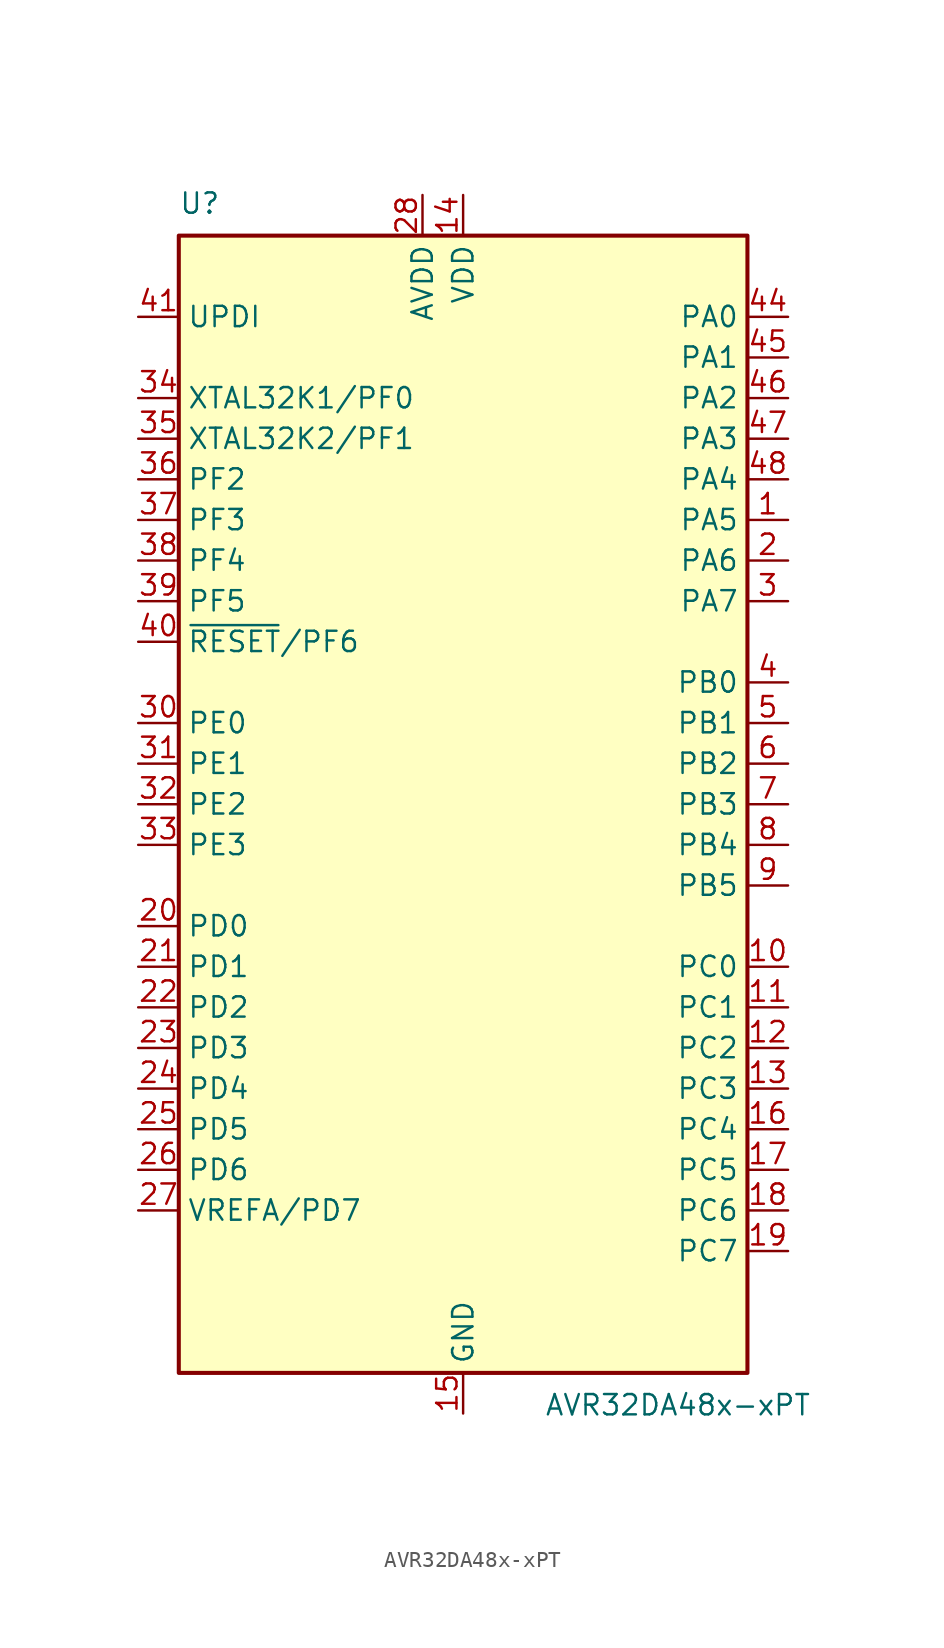
<source format=kicad_sym>
(kicad_symbol_lib
  (version 20211014)
  (generator kicad_symbol_editor)
  (symbol "AVR32DA48x-xPT"
    (property "Reference" "U"
      (at -17.78 36.83 0)
      (effects (font (size 1.27 1.27)) (justify left bottom)))
    (property "Value" "AVR32DA48x-xPT"
      (at 5.08 -36.83 0)
      (effects (font (size 1.27 1.27)) (justify left top)))
    (symbol "AVR32DA48x-xPT_0_1"
      (rectangle (start -17.78 35.56) (end 17.78 -35.56) (stroke (width 0.254) (type default) (color 0 0 0 0)) (fill (type background))))
    (symbol "AVR32DA48x-xPT_1_1"
      (pin bidirectional line (at 20.32 30.48 180) (length 2.54) (name "PA0" (effects (font (size 1.27 1.27)))) (number "44" (effects (font (size 1.27 1.27)))))
      (pin bidirectional line (at 20.32 27.94 180) (length 2.54) (name "PA1" (effects (font (size 1.27 1.27)))) (number "45" (effects (font (size 1.27 1.27)))))
      (pin bidirectional line (at 20.32 25.4 180) (length 2.54) (name "PA2" (effects (font (size 1.27 1.27)))) (number "46" (effects (font (size 1.27 1.27)))))
      (pin bidirectional line (at 20.32 22.86 180) (length 2.54) (name "PA3" (effects (font (size 1.27 1.27)))) (number "47" (effects (font (size 1.27 1.27)))))
      (pin bidirectional line (at 20.32 20.32 180) (length 2.54) (name "PA4" (effects (font (size 1.27 1.27)))) (number "48" (effects (font (size 1.27 1.27)))))
      (pin bidirectional line (at 20.32 17.78 180) (length 2.54) (name "PA5" (effects (font (size 1.27 1.27)))) (number "1" (effects (font (size 1.27 1.27)))))
      (pin bidirectional line (at 20.32 15.24 180) (length 2.54) (name "PA6" (effects (font (size 1.27 1.27)))) (number "2" (effects (font (size 1.27 1.27)))))
      (pin bidirectional line (at 20.32 12.7 180) (length 2.54) (name "PA7" (effects (font (size 1.27 1.27)))) (number "3" (effects (font (size 1.27 1.27)))))
      (pin bidirectional line (at 20.32 7.62 180) (length 2.54) (name "PB0" (effects (font (size 1.27 1.27)))) (number "4" (effects (font (size 1.27 1.27)))))
      (pin bidirectional line (at 20.32 5.08 180) (length 2.54) (name "PB1" (effects (font (size 1.27 1.27)))) (number "5" (effects (font (size 1.27 1.27)))))
      (pin bidirectional line (at 20.32 2.54 180) (length 2.54) (name "PB2" (effects (font (size 1.27 1.27)))) (number "6" (effects (font (size 1.27 1.27)))))
      (pin bidirectional line (at 20.32 0 180) (length 2.54) (name "PB3" (effects (font (size 1.27 1.27)))) (number "7" (effects (font (size 1.27 1.27)))))
      (pin bidirectional line (at 20.32 -2.54 180) (length 2.54) (name "PB4" (effects (font (size 1.27 1.27)))) (number "8" (effects (font (size 1.27 1.27)))))
      (pin bidirectional line (at 20.32 -5.08 180) (length 2.54) (name "PB5" (effects (font (size 1.27 1.27)))) (number "9" (effects (font (size 1.27 1.27)))))
      (pin bidirectional line (at 20.32 -10.16 180) (length 2.54) (name "PC0" (effects (font (size 1.27 1.27)))) (number "10" (effects (font (size 1.27 1.27)))))
      (pin bidirectional line (at 20.32 -12.7 180) (length 2.54) (name "PC1" (effects (font (size 1.27 1.27)))) (number "11" (effects (font (size 1.27 1.27)))))
      (pin bidirectional line (at 20.32 -15.24 180) (length 2.54) (name "PC2" (effects (font (size 1.27 1.27)))) (number "12" (effects (font (size 1.27 1.27)))))
      (pin bidirectional line (at 20.32 -17.78 180) (length 2.54) (name "PC3" (effects (font (size 1.27 1.27)))) (number "13" (effects (font (size 1.27 1.27)))))
      (pin bidirectional line (at 20.32 -20.32 180) (length 2.54) (name "PC4" (effects (font (size 1.27 1.27)))) (number "16" (effects (font (size 1.27 1.27)))))
      (pin bidirectional line (at 20.32 -22.86 180) (length 2.54) (name "PC5" (effects (font (size 1.27 1.27)))) (number "17" (effects (font (size 1.27 1.27)))))
      (pin bidirectional line (at 20.32 -25.4 180) (length 2.54) (name "PC6" (effects (font (size 1.27 1.27)))) (number "18" (effects (font (size 1.27 1.27)))))
      (pin bidirectional line (at 20.32 -27.94 180) (length 2.54) (name "PC7" (effects (font (size 1.27 1.27)))) (number "19" (effects (font (size 1.27 1.27)))))
      (pin input line (at -20.32 30.48 0) (length 2.54) (name "UPDI" (effects (font (size 1.27 1.27)))) (number "41" (effects (font (size 1.27 1.27)))))
      (pin bidirectional line (at -20.32 25.4 0) (length 2.54) (name "XTAL32K1/PF0" (effects (font (size 1.27 1.27)))) (number "34" (effects (font (size 1.27 1.27)))))
      (pin bidirectional line (at -20.32 22.86 0) (length 2.54) (name "XTAL32K2/PF1" (effects (font (size 1.27 1.27)))) (number "35" (effects (font (size 1.27 1.27)))))
      (pin bidirectional line (at -20.32 20.32 0) (length 2.54) (name "PF2" (effects (font (size 1.27 1.27)))) (number "36" (effects (font (size 1.27 1.27)))))
      (pin bidirectional line (at -20.32 17.78 0) (length 2.54) (name "PF3" (effects (font (size 1.27 1.27)))) (number "37" (effects (font (size 1.27 1.27)))))
      (pin bidirectional line (at -20.32 15.24 0) (length 2.54) (name "PF4" (effects (font (size 1.27 1.27)))) (number "38" (effects (font (size 1.27 1.27)))))
      (pin bidirectional line (at -20.32 12.7 0) (length 2.54) (name "PF5" (effects (font (size 1.27 1.27)))) (number "39" (effects (font (size 1.27 1.27)))))
      (pin bidirectional line (at -20.32 10.16 0) (length 2.54) (name "~{RESET}/PF6" (effects (font (size 1.27 1.27)))) (number "40" (effects (font (size 1.27 1.27)))))
      (pin bidirectional line (at -20.32 5.08 0) (length 2.54) (name "PE0" (effects (font (size 1.27 1.27)))) (number "30" (effects (font (size 1.27 1.27)))))
      (pin bidirectional line (at -20.32 2.54 0) (length 2.54) (name "PE1" (effects (font (size 1.27 1.27)))) (number "31" (effects (font (size 1.27 1.27)))))
      (pin bidirectional line (at -20.32 0 0) (length 2.54) (name "PE2" (effects (font (size 1.27 1.27)))) (number "32" (effects (font (size 1.27 1.27)))))
      (pin bidirectional line (at -20.32 -2.54 0) (length 2.54) (name "PE3" (effects (font (size 1.27 1.27)))) (number "33" (effects (font (size 1.27 1.27)))))
      (pin bidirectional line (at -20.32 -7.62 0) (length 2.54) (name "PD0" (effects (font (size 1.27 1.27)))) (number "20" (effects (font (size 1.27 1.27)))))
      (pin bidirectional line (at -20.32 -10.16 0) (length 2.54) (name "PD1" (effects (font (size 1.27 1.27)))) (number "21" (effects (font (size 1.27 1.27)))))
      (pin bidirectional line (at -20.32 -12.7 0) (length 2.54) (name "PD2" (effects (font (size 1.27 1.27)))) (number "22" (effects (font (size 1.27 1.27)))))
      (pin bidirectional line (at -20.32 -15.24 0) (length 2.54) (name "PD3" (effects (font (size 1.27 1.27)))) (number "23" (effects (font (size 1.27 1.27)))))
      (pin bidirectional line (at -20.32 -17.78 0) (length 2.54) (name "PD4" (effects (font (size 1.27 1.27)))) (number "24" (effects (font (size 1.27 1.27)))))
      (pin bidirectional line (at -20.32 -20.32 0) (length 2.54) (name "PD5" (effects (font (size 1.27 1.27)))) (number "25" (effects (font (size 1.27 1.27)))))
      (pin bidirectional line (at -20.32 -22.86 0) (length 2.54) (name "PD6" (effects (font (size 1.27 1.27)))) (number "26" (effects (font (size 1.27 1.27)))))
      (pin bidirectional line (at -20.32 -25.4 0) (length 2.54) (name "VREFA/PD7" (effects (font (size 1.27 1.27)))) (number "27" (effects (font (size 1.27 1.27)))))
      (pin power_in line (at -2.54 38.1 270) (length 2.54) (name "AVDD" (effects (font (size 1.27 1.27)))) (number "28" (effects (font (size 1.27 1.27)))))
      (pin power_in line (at 0 38.1 270) (length 2.54) (name "VDD" (effects (font (size 1.27 1.27)))) (number "14" (effects (font (size 1.27 1.27)))))
      (pin passive line (at 0 38.1 270) (length 2.54) hide (name "VDD" (effects (font (size 1.27 1.27)))) (number "42" (effects (font (size 1.27 1.27)))))
      (pin power_in line (at 0 -38.1 90) (length 2.54) (name "GND" (effects (font (size 1.27 1.27)))) (number "15" (effects (font (size 1.27 1.27)))))
      (pin passive line (at 0 -38.1 90) (length 2.54) hide (name "GND" (effects (font (size 1.27 1.27)))) (number "29" (effects (font (size 1.27 1.27)))))
      (pin passive line (at 0 -38.1 90) (length 2.54) hide (name "GND" (effects (font (size 1.27 1.27)))) (number "43" (effects (font (size 1.27 1.27))))))))
</source>
